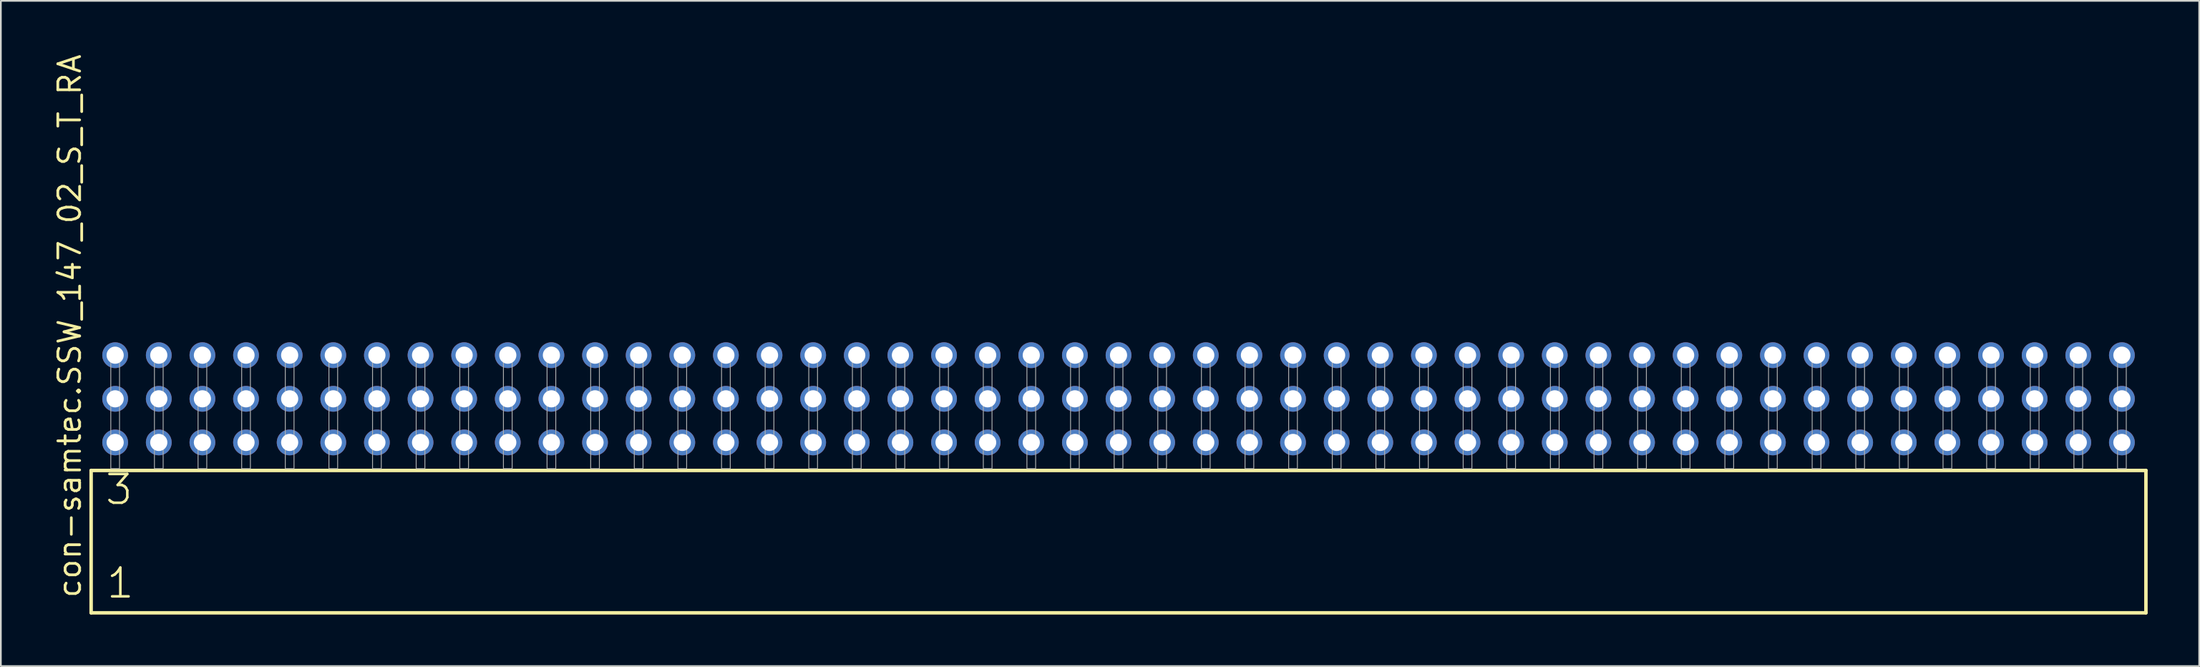
<source format=kicad_pcb>
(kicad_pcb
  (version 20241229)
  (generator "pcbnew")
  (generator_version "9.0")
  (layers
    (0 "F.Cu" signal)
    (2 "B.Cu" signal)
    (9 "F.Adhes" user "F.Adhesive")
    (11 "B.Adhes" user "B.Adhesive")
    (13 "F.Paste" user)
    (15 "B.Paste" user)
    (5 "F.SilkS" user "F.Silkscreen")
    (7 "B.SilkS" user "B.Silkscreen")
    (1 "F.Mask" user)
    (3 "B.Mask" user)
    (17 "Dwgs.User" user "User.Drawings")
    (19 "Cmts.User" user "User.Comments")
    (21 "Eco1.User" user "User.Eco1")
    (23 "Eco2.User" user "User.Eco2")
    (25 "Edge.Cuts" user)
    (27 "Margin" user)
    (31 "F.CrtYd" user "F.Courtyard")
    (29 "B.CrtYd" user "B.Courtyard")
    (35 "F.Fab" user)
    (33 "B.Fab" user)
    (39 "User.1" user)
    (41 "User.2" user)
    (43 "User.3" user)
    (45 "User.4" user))
  (footprint "con-samtec.SSW_147_02_S_T_RA"
    (layer "F.Cu")
    (at 62.075 24.235)
    (property "Reference" "con-samtec.SSW_147_02_S_T_RA" (at -60.325 7.62 90) (layer "F.SilkS") (effects (font (size 1.27 1.27) (thickness 0.16)) (justify left bottom)))
    (attr through_hole)
    (fp_line (start -59.819 0.106) (end -59.819 8.396) (stroke (width 0.203) (type default)) (layer "F.SilkS"))
    (fp_line (start -59.819 8.396) (end 59.819 8.396) (stroke (width 0.203) (type default)) (layer "F.SilkS"))
    (fp_line (start 59.819 0.106) (end -59.819 0.106) (stroke (width 0.203) (type default)) (layer "F.SilkS"))
    (fp_line (start 59.819 8.396) (end 59.819 0.106) (stroke (width 0.203) (type default)) (layer "F.SilkS"))
    (fp_rect (start -58.674 0) (end -58.166 -6.858) (stroke (width 0.05) (type default)) (fill no) (layer "F.Fab"))
    (fp_rect (start -56.134 0) (end -55.626 -6.858) (stroke (width 0.05) (type default)) (fill no) (layer "F.Fab"))
    (fp_rect (start -53.594 0) (end -53.086 -6.858) (stroke (width 0.05) (type default)) (fill no) (layer "F.Fab"))
    (fp_rect (start -51.054 0) (end -50.546 -6.858) (stroke (width 0.05) (type default)) (fill no) (layer "F.Fab"))
    (fp_rect (start -48.514 0) (end -48.006 -6.858) (stroke (width 0.05) (type default)) (fill no) (layer "F.Fab"))
    (fp_rect (start -45.974 0) (end -45.466 -6.858) (stroke (width 0.05) (type default)) (fill no) (layer "F.Fab"))
    (fp_rect (start -43.434 0) (end -42.926 -6.858) (stroke (width 0.05) (type default)) (fill no) (layer "F.Fab"))
    (fp_rect (start -40.894 0) (end -40.386 -6.858) (stroke (width 0.05) (type default)) (fill no) (layer "F.Fab"))
    (fp_rect (start -38.354 0) (end -37.846 -6.858) (stroke (width 0.05) (type default)) (fill no) (layer "F.Fab"))
    (fp_rect (start -35.814 0) (end -35.306 -6.858) (stroke (width 0.05) (type default)) (fill no) (layer "F.Fab"))
    (fp_rect (start -33.274 0) (end -32.766 -6.858) (stroke (width 0.05) (type default)) (fill no) (layer "F.Fab"))
    (fp_rect (start -30.734 0) (end -30.226 -6.858) (stroke (width 0.05) (type default)) (fill no) (layer "F.Fab"))
    (fp_rect (start -28.194 0) (end -27.686 -6.858) (stroke (width 0.05) (type default)) (fill no) (layer "F.Fab"))
    (fp_rect (start -25.654 0) (end -25.146 -6.858) (stroke (width 0.05) (type default)) (fill no) (layer "F.Fab"))
    (fp_rect (start -23.114 0) (end -22.606 -6.858) (stroke (width 0.05) (type default)) (fill no) (layer "F.Fab"))
    (fp_rect (start -20.574 0) (end -20.066 -6.858) (stroke (width 0.05) (type default)) (fill no) (layer "F.Fab"))
    (fp_rect (start -18.034 0) (end -17.526 -6.858) (stroke (width 0.05) (type default)) (fill no) (layer "F.Fab"))
    (fp_rect (start -15.494 0) (end -14.986 -6.858) (stroke (width 0.05) (type default)) (fill no) (layer "F.Fab"))
    (fp_rect (start -12.954 0) (end -12.446 -6.858) (stroke (width 0.05) (type default)) (fill no) (layer "F.Fab"))
    (fp_rect (start -10.414 0) (end -9.906 -6.858) (stroke (width 0.05) (type default)) (fill no) (layer "F.Fab"))
    (fp_rect (start -7.874 0) (end -7.366 -6.858) (stroke (width 0.05) (type default)) (fill no) (layer "F.Fab"))
    (fp_rect (start -5.334 0) (end -4.826 -6.858) (stroke (width 0.05) (type default)) (fill no) (layer "F.Fab"))
    (fp_rect (start -2.794 0) (end -2.286 -6.858) (stroke (width 0.05) (type default)) (fill no) (layer "F.Fab"))
    (fp_rect (start -0.254 0) (end 0.254 -6.858) (stroke (width 0.05) (type default)) (fill no) (layer "F.Fab"))
    (fp_rect (start 2.286 0) (end 2.794 -6.858) (stroke (width 0.05) (type default)) (fill no) (layer "F.Fab"))
    (fp_rect (start 4.826 0) (end 5.334 -6.858) (stroke (width 0.05) (type default)) (fill no) (layer "F.Fab"))
    (fp_rect (start 7.366 0) (end 7.874 -6.858) (stroke (width 0.05) (type default)) (fill no) (layer "F.Fab"))
    (fp_rect (start 9.906 0) (end 10.414 -6.858) (stroke (width 0.05) (type default)) (fill no) (layer "F.Fab"))
    (fp_rect (start 12.446 0) (end 12.954 -6.858) (stroke (width 0.05) (type default)) (fill no) (layer "F.Fab"))
    (fp_rect (start 14.986 0) (end 15.494 -6.858) (stroke (width 0.05) (type default)) (fill no) (layer "F.Fab"))
    (fp_rect (start 17.526 0) (end 18.034 -6.858) (stroke (width 0.05) (type default)) (fill no) (layer "F.Fab"))
    (fp_rect (start 20.066 0) (end 20.574 -6.858) (stroke (width 0.05) (type default)) (fill no) (layer "F.Fab"))
    (fp_rect (start 22.606 0) (end 23.114 -6.858) (stroke (width 0.05) (type default)) (fill no) (layer "F.Fab"))
    (fp_rect (start 25.146 0) (end 25.654 -6.858) (stroke (width 0.05) (type default)) (fill no) (layer "F.Fab"))
    (fp_rect (start 27.686 0) (end 28.194 -6.858) (stroke (width 0.05) (type default)) (fill no) (layer "F.Fab"))
    (fp_rect (start 30.226 0) (end 30.734 -6.858) (stroke (width 0.05) (type default)) (fill no) (layer "F.Fab"))
    (fp_rect (start 32.766 0) (end 33.274 -6.858) (stroke (width 0.05) (type default)) (fill no) (layer "F.Fab"))
    (fp_rect (start 35.306 0) (end 35.814 -6.858) (stroke (width 0.05) (type default)) (fill no) (layer "F.Fab"))
    (fp_rect (start 37.846 0) (end 38.354 -6.858) (stroke (width 0.05) (type default)) (fill no) (layer "F.Fab"))
    (fp_rect (start 40.386 0) (end 40.894 -6.858) (stroke (width 0.05) (type default)) (fill no) (layer "F.Fab"))
    (fp_rect (start 42.926 0) (end 43.434 -6.858) (stroke (width 0.05) (type default)) (fill no) (layer "F.Fab"))
    (fp_rect (start 45.466 0) (end 45.974 -6.858) (stroke (width 0.05) (type default)) (fill no) (layer "F.Fab"))
    (fp_rect (start 48.006 0) (end 48.514 -6.858) (stroke (width 0.05) (type default)) (fill no) (layer "F.Fab"))
    (fp_rect (start 50.546 0) (end 51.054 -6.858) (stroke (width 0.05) (type default)) (fill no) (layer "F.Fab"))
    (fp_rect (start 53.086 0) (end 53.594 -6.858) (stroke (width 0.05) (type default)) (fill no) (layer "F.Fab"))
    (fp_rect (start 55.626 0) (end 56.134 -6.858) (stroke (width 0.05) (type default)) (fill no) (layer "F.Fab"))
    (fp_rect (start 58.166 0) (end 58.674 -6.858) (stroke (width 0.05) (type default)) (fill no) (layer "F.Fab"))
    (fp_text user "1" (at -59.015 7.65 0) (layer "F.SilkS") (effects (font (size 1.676 1.676) (thickness 0.15)) (justify left bottom)))
    (fp_text user "3" (at -59.09 2.2 0) (layer "F.SilkS") (effects (font (size 1.676 1.676) (thickness 0.15)) (justify left bottom)))
    (pad "1" thru_hole circle (at -58.42 -1.524) (size 1.5 1.5) (drill 1) (layers "*.Cu" "*.Mask"))
    (pad "2" thru_hole circle (at -58.42 -4.064) (size 1.5 1.5) (drill 1) (layers "*.Cu" "*.Mask"))
    (pad "3" thru_hole circle (at -58.42 -6.604) (size 1.5 1.5) (drill 1) (layers "*.Cu" "*.Mask"))
    (pad "4" thru_hole circle (at -55.88 -1.524) (size 1.5 1.5) (drill 1) (layers "*.Cu" "*.Mask"))
    (pad "5" thru_hole circle (at -55.88 -4.064) (size 1.5 1.5) (drill 1) (layers "*.Cu" "*.Mask"))
    (pad "6" thru_hole circle (at -55.88 -6.604) (size 1.5 1.5) (drill 1) (layers "*.Cu" "*.Mask"))
    (pad "7" thru_hole circle (at -53.34 -1.524) (size 1.5 1.5) (drill 1) (layers "*.Cu" "*.Mask"))
    (pad "8" thru_hole circle (at -53.34 -4.064) (size 1.5 1.5) (drill 1) (layers "*.Cu" "*.Mask"))
    (pad "9" thru_hole circle (at -53.34 -6.604) (size 1.5 1.5) (drill 1) (layers "*.Cu" "*.Mask"))
    (pad "10" thru_hole circle (at -50.8 -1.524) (size 1.5 1.5) (drill 1) (layers "*.Cu" "*.Mask"))
    (pad "11" thru_hole circle (at -50.8 -4.064) (size 1.5 1.5) (drill 1) (layers "*.Cu" "*.Mask"))
    (pad "12" thru_hole circle (at -50.8 -6.604) (size 1.5 1.5) (drill 1) (layers "*.Cu" "*.Mask"))
    (pad "13" thru_hole circle (at -48.26 -1.524) (size 1.5 1.5) (drill 1) (layers "*.Cu" "*.Mask"))
    (pad "14" thru_hole circle (at -48.26 -4.064) (size 1.5 1.5) (drill 1) (layers "*.Cu" "*.Mask"))
    (pad "15" thru_hole circle (at -48.26 -6.604) (size 1.5 1.5) (drill 1) (layers "*.Cu" "*.Mask"))
    (pad "16" thru_hole circle (at -45.72 -1.524) (size 1.5 1.5) (drill 1) (layers "*.Cu" "*.Mask"))
    (pad "17" thru_hole circle (at -45.72 -4.064) (size 1.5 1.5) (drill 1) (layers "*.Cu" "*.Mask"))
    (pad "18" thru_hole circle (at -45.72 -6.604) (size 1.5 1.5) (drill 1) (layers "*.Cu" "*.Mask"))
    (pad "19" thru_hole circle (at -43.18 -1.524) (size 1.5 1.5) (drill 1) (layers "*.Cu" "*.Mask"))
    (pad "20" thru_hole circle (at -43.18 -4.064) (size 1.5 1.5) (drill 1) (layers "*.Cu" "*.Mask"))
    (pad "21" thru_hole circle (at -43.18 -6.604) (size 1.5 1.5) (drill 1) (layers "*.Cu" "*.Mask"))
    (pad "22" thru_hole circle (at -40.64 -1.524) (size 1.5 1.5) (drill 1) (layers "*.Cu" "*.Mask"))
    (pad "23" thru_hole circle (at -40.64 -4.064) (size 1.5 1.5) (drill 1) (layers "*.Cu" "*.Mask"))
    (pad "24" thru_hole circle (at -40.64 -6.604) (size 1.5 1.5) (drill 1) (layers "*.Cu" "*.Mask"))
    (pad "25" thru_hole circle (at -38.1 -1.524) (size 1.5 1.5) (drill 1) (layers "*.Cu" "*.Mask"))
    (pad "26" thru_hole circle (at -38.1 -4.064) (size 1.5 1.5) (drill 1) (layers "*.Cu" "*.Mask"))
    (pad "27" thru_hole circle (at -38.1 -6.604) (size 1.5 1.5) (drill 1) (layers "*.Cu" "*.Mask"))
    (pad "28" thru_hole circle (at -35.56 -1.524) (size 1.5 1.5) (drill 1) (layers "*.Cu" "*.Mask"))
    (pad "29" thru_hole circle (at -35.56 -4.064) (size 1.5 1.5) (drill 1) (layers "*.Cu" "*.Mask"))
    (pad "30" thru_hole circle (at -35.56 -6.604) (size 1.5 1.5) (drill 1) (layers "*.Cu" "*.Mask"))
    (pad "31" thru_hole circle (at -33.02 -1.524) (size 1.5 1.5) (drill 1) (layers "*.Cu" "*.Mask"))
    (pad "32" thru_hole circle (at -33.02 -4.064) (size 1.5 1.5) (drill 1) (layers "*.Cu" "*.Mask"))
    (pad "33" thru_hole circle (at -33.02 -6.604) (size 1.5 1.5) (drill 1) (layers "*.Cu" "*.Mask"))
    (pad "34" thru_hole circle (at -30.48 -1.524) (size 1.5 1.5) (drill 1) (layers "*.Cu" "*.Mask"))
    (pad "35" thru_hole circle (at -30.48 -4.064) (size 1.5 1.5) (drill 1) (layers "*.Cu" "*.Mask"))
    (pad "36" thru_hole circle (at -30.48 -6.604) (size 1.5 1.5) (drill 1) (layers "*.Cu" "*.Mask"))
    (pad "37" thru_hole circle (at -27.94 -1.524) (size 1.5 1.5) (drill 1) (layers "*.Cu" "*.Mask"))
    (pad "38" thru_hole circle (at -27.94 -4.064) (size 1.5 1.5) (drill 1) (layers "*.Cu" "*.Mask"))
    (pad "39" thru_hole circle (at -27.94 -6.604) (size 1.5 1.5) (drill 1) (layers "*.Cu" "*.Mask"))
    (pad "40" thru_hole circle (at -25.4 -1.524) (size 1.5 1.5) (drill 1) (layers "*.Cu" "*.Mask"))
    (pad "41" thru_hole circle (at -25.4 -4.064) (size 1.5 1.5) (drill 1) (layers "*.Cu" "*.Mask"))
    (pad "42" thru_hole circle (at -25.4 -6.604) (size 1.5 1.5) (drill 1) (layers "*.Cu" "*.Mask"))
    (pad "43" thru_hole circle (at -22.86 -1.524) (size 1.5 1.5) (drill 1) (layers "*.Cu" "*.Mask"))
    (pad "44" thru_hole circle (at -22.86 -4.064) (size 1.5 1.5) (drill 1) (layers "*.Cu" "*.Mask"))
    (pad "45" thru_hole circle (at -22.86 -6.604) (size 1.5 1.5) (drill 1) (layers "*.Cu" "*.Mask"))
    (pad "46" thru_hole circle (at -20.32 -1.524) (size 1.5 1.5) (drill 1) (layers "*.Cu" "*.Mask"))
    (pad "47" thru_hole circle (at -20.32 -4.064) (size 1.5 1.5) (drill 1) (layers "*.Cu" "*.Mask"))
    (pad "48" thru_hole circle (at -20.32 -6.604) (size 1.5 1.5) (drill 1) (layers "*.Cu" "*.Mask"))
    (pad "49" thru_hole circle (at -17.78 -1.524) (size 1.5 1.5) (drill 1) (layers "*.Cu" "*.Mask"))
    (pad "50" thru_hole circle (at -17.78 -4.064) (size 1.5 1.5) (drill 1) (layers "*.Cu" "*.Mask"))
    (pad "51" thru_hole circle (at -17.78 -6.604) (size 1.5 1.5) (drill 1) (layers "*.Cu" "*.Mask"))
    (pad "52" thru_hole circle (at -15.24 -1.524) (size 1.5 1.5) (drill 1) (layers "*.Cu" "*.Mask"))
    (pad "53" thru_hole circle (at -15.24 -4.064) (size 1.5 1.5) (drill 1) (layers "*.Cu" "*.Mask"))
    (pad "54" thru_hole circle (at -15.24 -6.604) (size 1.5 1.5) (drill 1) (layers "*.Cu" "*.Mask"))
    (pad "55" thru_hole circle (at -12.7 -1.524) (size 1.5 1.5) (drill 1) (layers "*.Cu" "*.Mask"))
    (pad "56" thru_hole circle (at -12.7 -4.064) (size 1.5 1.5) (drill 1) (layers "*.Cu" "*.Mask"))
    (pad "57" thru_hole circle (at -12.7 -6.604) (size 1.5 1.5) (drill 1) (layers "*.Cu" "*.Mask"))
    (pad "58" thru_hole circle (at -10.16 -1.524) (size 1.5 1.5) (drill 1) (layers "*.Cu" "*.Mask"))
    (pad "59" thru_hole circle (at -10.16 -4.064) (size 1.5 1.5) (drill 1) (layers "*.Cu" "*.Mask"))
    (pad "60" thru_hole circle (at -10.16 -6.604) (size 1.5 1.5) (drill 1) (layers "*.Cu" "*.Mask"))
    (pad "61" thru_hole circle (at -7.62 -1.524) (size 1.5 1.5) (drill 1) (layers "*.Cu" "*.Mask"))
    (pad "62" thru_hole circle (at -7.62 -4.064) (size 1.5 1.5) (drill 1) (layers "*.Cu" "*.Mask"))
    (pad "63" thru_hole circle (at -7.62 -6.604) (size 1.5 1.5) (drill 1) (layers "*.Cu" "*.Mask"))
    (pad "64" thru_hole circle (at -5.08 -1.524) (size 1.5 1.5) (drill 1) (layers "*.Cu" "*.Mask"))
    (pad "65" thru_hole circle (at -5.08 -4.064) (size 1.5 1.5) (drill 1) (layers "*.Cu" "*.Mask"))
    (pad "66" thru_hole circle (at -5.08 -6.604) (size 1.5 1.5) (drill 1) (layers "*.Cu" "*.Mask"))
    (pad "67" thru_hole circle (at -2.54 -1.524) (size 1.5 1.5) (drill 1) (layers "*.Cu" "*.Mask"))
    (pad "68" thru_hole circle (at -2.54 -4.064) (size 1.5 1.5) (drill 1) (layers "*.Cu" "*.Mask"))
    (pad "69" thru_hole circle (at -2.54 -6.604) (size 1.5 1.5) (drill 1) (layers "*.Cu" "*.Mask"))
    (pad "70" thru_hole circle (at 0 -1.524) (size 1.5 1.5) (drill 1) (layers "*.Cu" "*.Mask"))
    (pad "71" thru_hole circle (at 0 -4.064) (size 1.5 1.5) (drill 1) (layers "*.Cu" "*.Mask"))
    (pad "72" thru_hole circle (at 0 -6.604) (size 1.5 1.5) (drill 1) (layers "*.Cu" "*.Mask"))
    (pad "73" thru_hole circle (at 2.54 -1.524) (size 1.5 1.5) (drill 1) (layers "*.Cu" "*.Mask"))
    (pad "74" thru_hole circle (at 2.54 -4.064) (size 1.5 1.5) (drill 1) (layers "*.Cu" "*.Mask"))
    (pad "75" thru_hole circle (at 2.54 -6.604) (size 1.5 1.5) (drill 1) (layers "*.Cu" "*.Mask"))
    (pad "76" thru_hole circle (at 5.08 -1.524) (size 1.5 1.5) (drill 1) (layers "*.Cu" "*.Mask"))
    (pad "77" thru_hole circle (at 5.08 -4.064) (size 1.5 1.5) (drill 1) (layers "*.Cu" "*.Mask"))
    (pad "78" thru_hole circle (at 5.08 -6.604) (size 1.5 1.5) (drill 1) (layers "*.Cu" "*.Mask"))
    (pad "79" thru_hole circle (at 7.62 -1.524) (size 1.5 1.5) (drill 1) (layers "*.Cu" "*.Mask"))
    (pad "80" thru_hole circle (at 7.62 -4.064) (size 1.5 1.5) (drill 1) (layers "*.Cu" "*.Mask"))
    (pad "81" thru_hole circle (at 7.62 -6.604) (size 1.5 1.5) (drill 1) (layers "*.Cu" "*.Mask"))
    (pad "82" thru_hole circle (at 10.16 -1.524) (size 1.5 1.5) (drill 1) (layers "*.Cu" "*.Mask"))
    (pad "83" thru_hole circle (at 10.16 -4.064) (size 1.5 1.5) (drill 1) (layers "*.Cu" "*.Mask"))
    (pad "84" thru_hole circle (at 10.16 -6.604) (size 1.5 1.5) (drill 1) (layers "*.Cu" "*.Mask"))
    (pad "85" thru_hole circle (at 12.7 -1.524) (size 1.5 1.5) (drill 1) (layers "*.Cu" "*.Mask"))
    (pad "86" thru_hole circle (at 12.7 -4.064) (size 1.5 1.5) (drill 1) (layers "*.Cu" "*.Mask"))
    (pad "87" thru_hole circle (at 12.7 -6.604) (size 1.5 1.5) (drill 1) (layers "*.Cu" "*.Mask"))
    (pad "88" thru_hole circle (at 15.24 -1.524) (size 1.5 1.5) (drill 1) (layers "*.Cu" "*.Mask"))
    (pad "89" thru_hole circle (at 15.24 -4.064) (size 1.5 1.5) (drill 1) (layers "*.Cu" "*.Mask"))
    (pad "90" thru_hole circle (at 15.24 -6.604) (size 1.5 1.5) (drill 1) (layers "*.Cu" "*.Mask"))
    (pad "91" thru_hole circle (at 17.78 -1.524) (size 1.5 1.5) (drill 1) (layers "*.Cu" "*.Mask"))
    (pad "92" thru_hole circle (at 17.78 -4.064) (size 1.5 1.5) (drill 1) (layers "*.Cu" "*.Mask"))
    (pad "93" thru_hole circle (at 17.78 -6.604) (size 1.5 1.5) (drill 1) (layers "*.Cu" "*.Mask"))
    (pad "94" thru_hole circle (at 20.32 -1.524) (size 1.5 1.5) (drill 1) (layers "*.Cu" "*.Mask"))
    (pad "95" thru_hole circle (at 20.32 -4.064) (size 1.5 1.5) (drill 1) (layers "*.Cu" "*.Mask"))
    (pad "96" thru_hole circle (at 20.32 -6.604) (size 1.5 1.5) (drill 1) (layers "*.Cu" "*.Mask"))
    (pad "97" thru_hole circle (at 22.86 -1.524) (size 1.5 1.5) (drill 1) (layers "*.Cu" "*.Mask"))
    (pad "98" thru_hole circle (at 22.86 -4.064) (size 1.5 1.5) (drill 1) (layers "*.Cu" "*.Mask"))
    (pad "99" thru_hole circle (at 22.86 -6.604) (size 1.5 1.5) (drill 1) (layers "*.Cu" "*.Mask"))
    (pad "100" thru_hole circle (at 25.4 -1.524) (size 1.5 1.5) (drill 1) (layers "*.Cu" "*.Mask"))
    (pad "101" thru_hole circle (at 25.4 -4.064) (size 1.5 1.5) (drill 1) (layers "*.Cu" "*.Mask"))
    (pad "102" thru_hole circle (at 25.4 -6.604) (size 1.5 1.5) (drill 1) (layers "*.Cu" "*.Mask"))
    (pad "103" thru_hole circle (at 27.94 -1.524) (size 1.5 1.5) (drill 1) (layers "*.Cu" "*.Mask"))
    (pad "104" thru_hole circle (at 27.94 -4.064) (size 1.5 1.5) (drill 1) (layers "*.Cu" "*.Mask"))
    (pad "105" thru_hole circle (at 27.94 -6.604) (size 1.5 1.5) (drill 1) (layers "*.Cu" "*.Mask"))
    (pad "106" thru_hole circle (at 30.48 -1.524) (size 1.5 1.5) (drill 1) (layers "*.Cu" "*.Mask"))
    (pad "107" thru_hole circle (at 30.48 -4.064) (size 1.5 1.5) (drill 1) (layers "*.Cu" "*.Mask"))
    (pad "108" thru_hole circle (at 30.48 -6.604) (size 1.5 1.5) (drill 1) (layers "*.Cu" "*.Mask"))
    (pad "109" thru_hole circle (at 33.02 -1.524) (size 1.5 1.5) (drill 1) (layers "*.Cu" "*.Mask"))
    (pad "110" thru_hole circle (at 33.02 -4.064) (size 1.5 1.5) (drill 1) (layers "*.Cu" "*.Mask"))
    (pad "111" thru_hole circle (at 33.02 -6.604) (size 1.5 1.5) (drill 1) (layers "*.Cu" "*.Mask"))
    (pad "112" thru_hole circle (at 35.56 -1.524) (size 1.5 1.5) (drill 1) (layers "*.Cu" "*.Mask"))
    (pad "113" thru_hole circle (at 35.56 -4.064) (size 1.5 1.5) (drill 1) (layers "*.Cu" "*.Mask"))
    (pad "114" thru_hole circle (at 35.56 -6.604) (size 1.5 1.5) (drill 1) (layers "*.Cu" "*.Mask"))
    (pad "115" thru_hole circle (at 38.1 -1.524) (size 1.5 1.5) (drill 1) (layers "*.Cu" "*.Mask"))
    (pad "116" thru_hole circle (at 38.1 -4.064) (size 1.5 1.5) (drill 1) (layers "*.Cu" "*.Mask"))
    (pad "117" thru_hole circle (at 38.1 -6.604) (size 1.5 1.5) (drill 1) (layers "*.Cu" "*.Mask"))
    (pad "118" thru_hole circle (at 40.64 -1.524) (size 1.5 1.5) (drill 1) (layers "*.Cu" "*.Mask"))
    (pad "119" thru_hole circle (at 40.64 -4.064) (size 1.5 1.5) (drill 1) (layers "*.Cu" "*.Mask"))
    (pad "120" thru_hole circle (at 40.64 -6.604) (size 1.5 1.5) (drill 1) (layers "*.Cu" "*.Mask"))
    (pad "121" thru_hole circle (at 43.18 -1.524) (size 1.5 1.5) (drill 1) (layers "*.Cu" "*.Mask"))
    (pad "122" thru_hole circle (at 43.18 -4.064) (size 1.5 1.5) (drill 1) (layers "*.Cu" "*.Mask"))
    (pad "123" thru_hole circle (at 43.18 -6.604) (size 1.5 1.5) (drill 1) (layers "*.Cu" "*.Mask"))
    (pad "124" thru_hole circle (at 45.72 -1.524) (size 1.5 1.5) (drill 1) (layers "*.Cu" "*.Mask"))
    (pad "125" thru_hole circle (at 45.72 -4.064) (size 1.5 1.5) (drill 1) (layers "*.Cu" "*.Mask"))
    (pad "126" thru_hole circle (at 45.72 -6.604) (size 1.5 1.5) (drill 1) (layers "*.Cu" "*.Mask"))
    (pad "127" thru_hole circle (at 48.26 -1.524) (size 1.5 1.5) (drill 1) (layers "*.Cu" "*.Mask"))
    (pad "128" thru_hole circle (at 48.26 -4.064) (size 1.5 1.5) (drill 1) (layers "*.Cu" "*.Mask"))
    (pad "129" thru_hole circle (at 48.26 -6.604) (size 1.5 1.5) (drill 1) (layers "*.Cu" "*.Mask"))
    (pad "130" thru_hole circle (at 50.8 -1.524) (size 1.5 1.5) (drill 1) (layers "*.Cu" "*.Mask"))
    (pad "131" thru_hole circle (at 50.8 -4.064) (size 1.5 1.5) (drill 1) (layers "*.Cu" "*.Mask"))
    (pad "132" thru_hole circle (at 50.8 -6.604) (size 1.5 1.5) (drill 1) (layers "*.Cu" "*.Mask"))
    (pad "133" thru_hole circle (at 53.34 -1.524) (size 1.5 1.5) (drill 1) (layers "*.Cu" "*.Mask"))
    (pad "134" thru_hole circle (at 53.34 -4.064) (size 1.5 1.5) (drill 1) (layers "*.Cu" "*.Mask"))
    (pad "135" thru_hole circle (at 53.34 -6.604) (size 1.5 1.5) (drill 1) (layers "*.Cu" "*.Mask"))
    (pad "136" thru_hole circle (at 55.88 -1.524) (size 1.5 1.5) (drill 1) (layers "*.Cu" "*.Mask"))
    (pad "137" thru_hole circle (at 55.88 -4.064) (size 1.5 1.5) (drill 1) (layers "*.Cu" "*.Mask"))
    (pad "138" thru_hole circle (at 55.88 -6.604) (size 1.5 1.5) (drill 1) (layers "*.Cu" "*.Mask"))
    (pad "139" thru_hole circle (at 58.42 -1.524) (size 1.5 1.5) (drill 1) (layers "*.Cu" "*.Mask"))
    (pad "140" thru_hole circle (at 58.42 -4.064) (size 1.5 1.5) (drill 1) (layers "*.Cu" "*.Mask"))
    (pad "141" thru_hole circle (at 58.42 -6.604) (size 1.5 1.5) (drill 1) (layers "*.Cu" "*.Mask")))
  (gr_rect
    (start -3 -3)
    (end 124.996 35.733)
    (stroke (width 0.1) (type default))
    (fill no)
    (layer "Edge.Cuts")))
</source>
